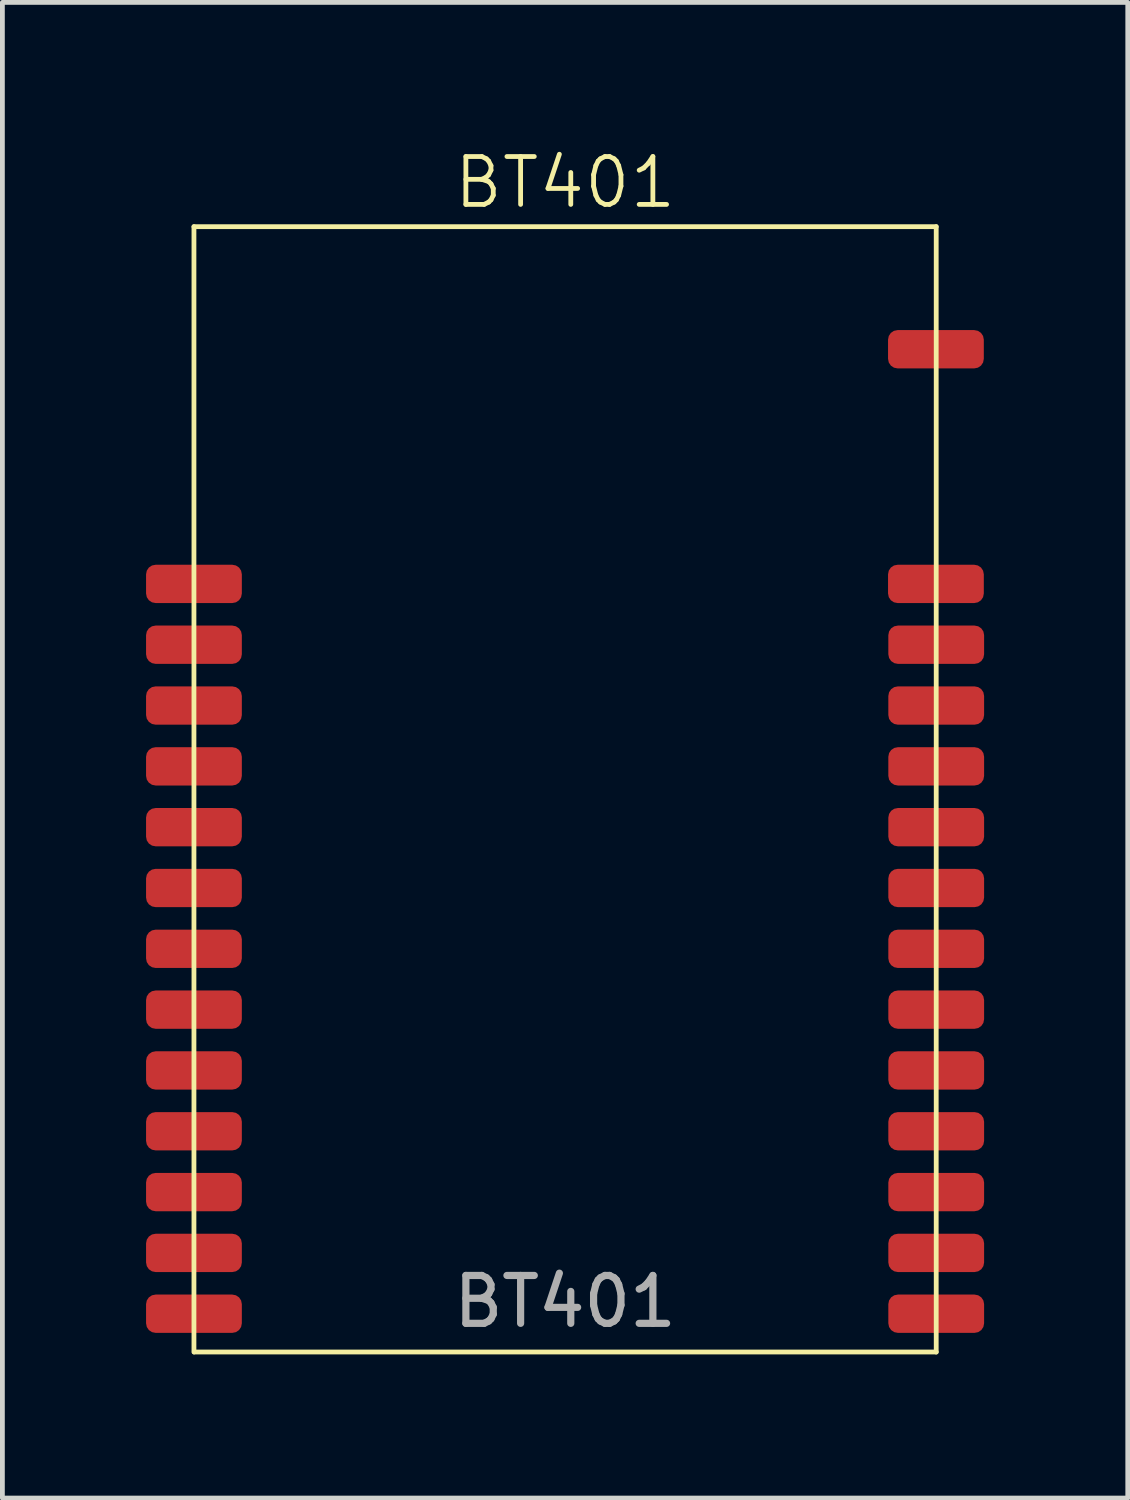
<source format=kicad_pcb>
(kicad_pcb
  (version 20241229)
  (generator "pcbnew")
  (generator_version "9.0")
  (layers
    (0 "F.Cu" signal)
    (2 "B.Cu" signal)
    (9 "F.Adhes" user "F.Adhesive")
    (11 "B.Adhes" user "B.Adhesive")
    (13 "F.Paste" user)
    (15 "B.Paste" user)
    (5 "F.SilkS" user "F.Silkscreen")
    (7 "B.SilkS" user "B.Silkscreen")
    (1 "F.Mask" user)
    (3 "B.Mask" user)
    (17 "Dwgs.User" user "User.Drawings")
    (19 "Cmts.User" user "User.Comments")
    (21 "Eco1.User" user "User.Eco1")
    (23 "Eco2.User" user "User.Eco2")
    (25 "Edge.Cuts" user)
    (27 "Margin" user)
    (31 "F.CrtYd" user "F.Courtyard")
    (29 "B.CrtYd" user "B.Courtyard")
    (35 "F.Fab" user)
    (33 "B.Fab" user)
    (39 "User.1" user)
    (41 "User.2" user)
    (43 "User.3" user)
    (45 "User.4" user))
  (footprint "BT401"
    (layer "F.Cu")
    (at 8.752 13.433)
    (property "Reference" "BT401" (at -0.002 -12.672 0) (unlocked yes) (layer "F.SilkS") (effects (font (size 1 1) (thickness 0.1))))
    (attr smd)
    (fp_line (start -7.752 -11.75) (end -7.752 11.75) (stroke (width 0.1) (type default)) (layer "F.SilkS"))
    (fp_line (start -7.745 11.75) (end 7.748 11.75) (stroke (width 0.1) (type default)) (layer "F.SilkS"))
    (fp_line (start 7.748 -11.75) (end -7.752 -11.75) (stroke (width 0.1) (type default)) (layer "F.SilkS"))
    (fp_line (start 7.748 11.75) (end 7.748 -11.75) (stroke (width 0.1) (type default)) (layer "F.SilkS"))
    (fp_text user "${REFERENCE}" (at -0.002 10.696 0) (unlocked yes) (layer "F.Fab") (effects (font (size 1 1) (thickness 0.15))))
    (pad "1" smd roundrect (at -7.752 -4.29 270) (size 0.8 2) (layers "F.Cu" "F.Mask" "F.Paste") (roundrect_rratio 0.25))
    (pad "2" smd roundrect (at -7.752 -3.02 270) (size 0.8 2) (layers "F.Cu" "F.Mask" "F.Paste") (roundrect_rratio 0.25))
    (pad "3" smd roundrect (at -7.752 -1.75 270) (size 0.8 2) (layers "F.Cu" "F.Mask" "F.Paste") (roundrect_rratio 0.25))
    (pad "4" smd roundrect (at -7.752 -0.48) (size 2 0.8) (layers "F.Cu" "F.Mask" "F.Paste") (roundrect_rratio 0.25))
    (pad "5" smd roundrect (at -7.752 0.79) (size 2 0.8) (layers "F.Cu" "F.Mask" "F.Paste") (roundrect_rratio 0.25))
    (pad "6" smd roundrect (at -7.752 2.06) (size 2 0.8) (layers "F.Cu" "F.Mask" "F.Paste") (roundrect_rratio 0.25))
    (pad "7" smd roundrect (at -7.752 3.33) (size 2 0.8) (layers "F.Cu" "F.Mask" "F.Paste") (roundrect_rratio 0.25))
    (pad "8" smd roundrect (at -7.752 4.6) (size 2 0.8) (layers "F.Cu" "F.Mask" "F.Paste") (roundrect_rratio 0.25))
    (pad "9" smd roundrect (at -7.752 5.87) (size 2 0.8) (layers "F.Cu" "F.Mask" "F.Paste") (roundrect_rratio 0.25))
    (pad "10" smd roundrect (at -7.752 7.14) (size 2 0.8) (layers "F.Cu" "F.Mask" "F.Paste") (roundrect_rratio 0.25))
    (pad "11" smd roundrect (at -7.752 8.41) (size 2 0.8) (layers "F.Cu" "F.Mask" "F.Paste") (roundrect_rratio 0.25))
    (pad "12" smd roundrect (at -7.752 9.68) (size 2 0.8) (layers "F.Cu" "F.Mask" "F.Paste") (roundrect_rratio 0.25))
    (pad "13" smd roundrect (at -7.752 10.95) (size 2 0.8) (layers "F.Cu" "F.Mask" "F.Paste") (roundrect_rratio 0.25))
    (pad "14" smd roundrect (at 7.748 10.95) (size 2 0.8) (layers "F.Cu" "F.Mask" "F.Paste") (roundrect_rratio 0.25))
    (pad "15" smd roundrect (at 7.748 9.68) (size 2 0.8) (layers "F.Cu" "F.Mask" "F.Paste") (roundrect_rratio 0.25))
    (pad "16" smd roundrect (at 7.748 8.41) (size 2 0.8) (layers "F.Cu" "F.Mask" "F.Paste") (roundrect_rratio 0.25))
    (pad "17" smd roundrect (at 7.748 7.14) (size 2 0.8) (layers "F.Cu" "F.Mask" "F.Paste") (roundrect_rratio 0.25))
    (pad "18" smd roundrect (at 7.748 5.87) (size 2 0.8) (layers "F.Cu" "F.Mask" "F.Paste") (roundrect_rratio 0.25))
    (pad "19" smd roundrect (at 7.748 4.6) (size 2 0.8) (layers "F.Cu" "F.Mask" "F.Paste") (roundrect_rratio 0.25))
    (pad "20" smd roundrect (at 7.748 3.33) (size 2 0.8) (layers "F.Cu" "F.Mask" "F.Paste") (roundrect_rratio 0.25))
    (pad "21" smd roundrect (at 7.748 2.06) (size 2 0.8) (layers "F.Cu" "F.Mask" "F.Paste") (roundrect_rratio 0.25))
    (pad "22" smd roundrect (at 7.748 0.79) (size 2 0.8) (layers "F.Cu" "F.Mask" "F.Paste") (roundrect_rratio 0.25))
    (pad "23" smd roundrect (at 7.748 -0.48) (size 2 0.8) (layers "F.Cu" "F.Mask" "F.Paste") (roundrect_rratio 0.25))
    (pad "24" smd roundrect (at 7.748 -1.75 270) (size 0.8 2) (layers "F.Cu" "F.Mask" "F.Paste") (roundrect_rratio 0.25))
    (pad "25" smd roundrect (at 7.748 -3.02 270) (size 0.8 2) (layers "F.Cu" "F.Mask" "F.Paste") (roundrect_rratio 0.25))
    (pad "26" smd roundrect (at 7.742 -4.29 270) (size 0.8 2) (layers "F.Cu" "F.Mask" "F.Paste") (roundrect_rratio 0.25))
    (pad "27" smd roundrect (at 7.742 -9.19 270) (size 0.8 2) (layers "F.Cu" "F.Mask" "F.Paste") (roundrect_rratio 0.25)))
  (gr_rect
    (start -3 -3)
    (end 20.5 28.233)
    (stroke (width 0.1) (type default))
    (fill no)
    (layer "Edge.Cuts")))
</source>
